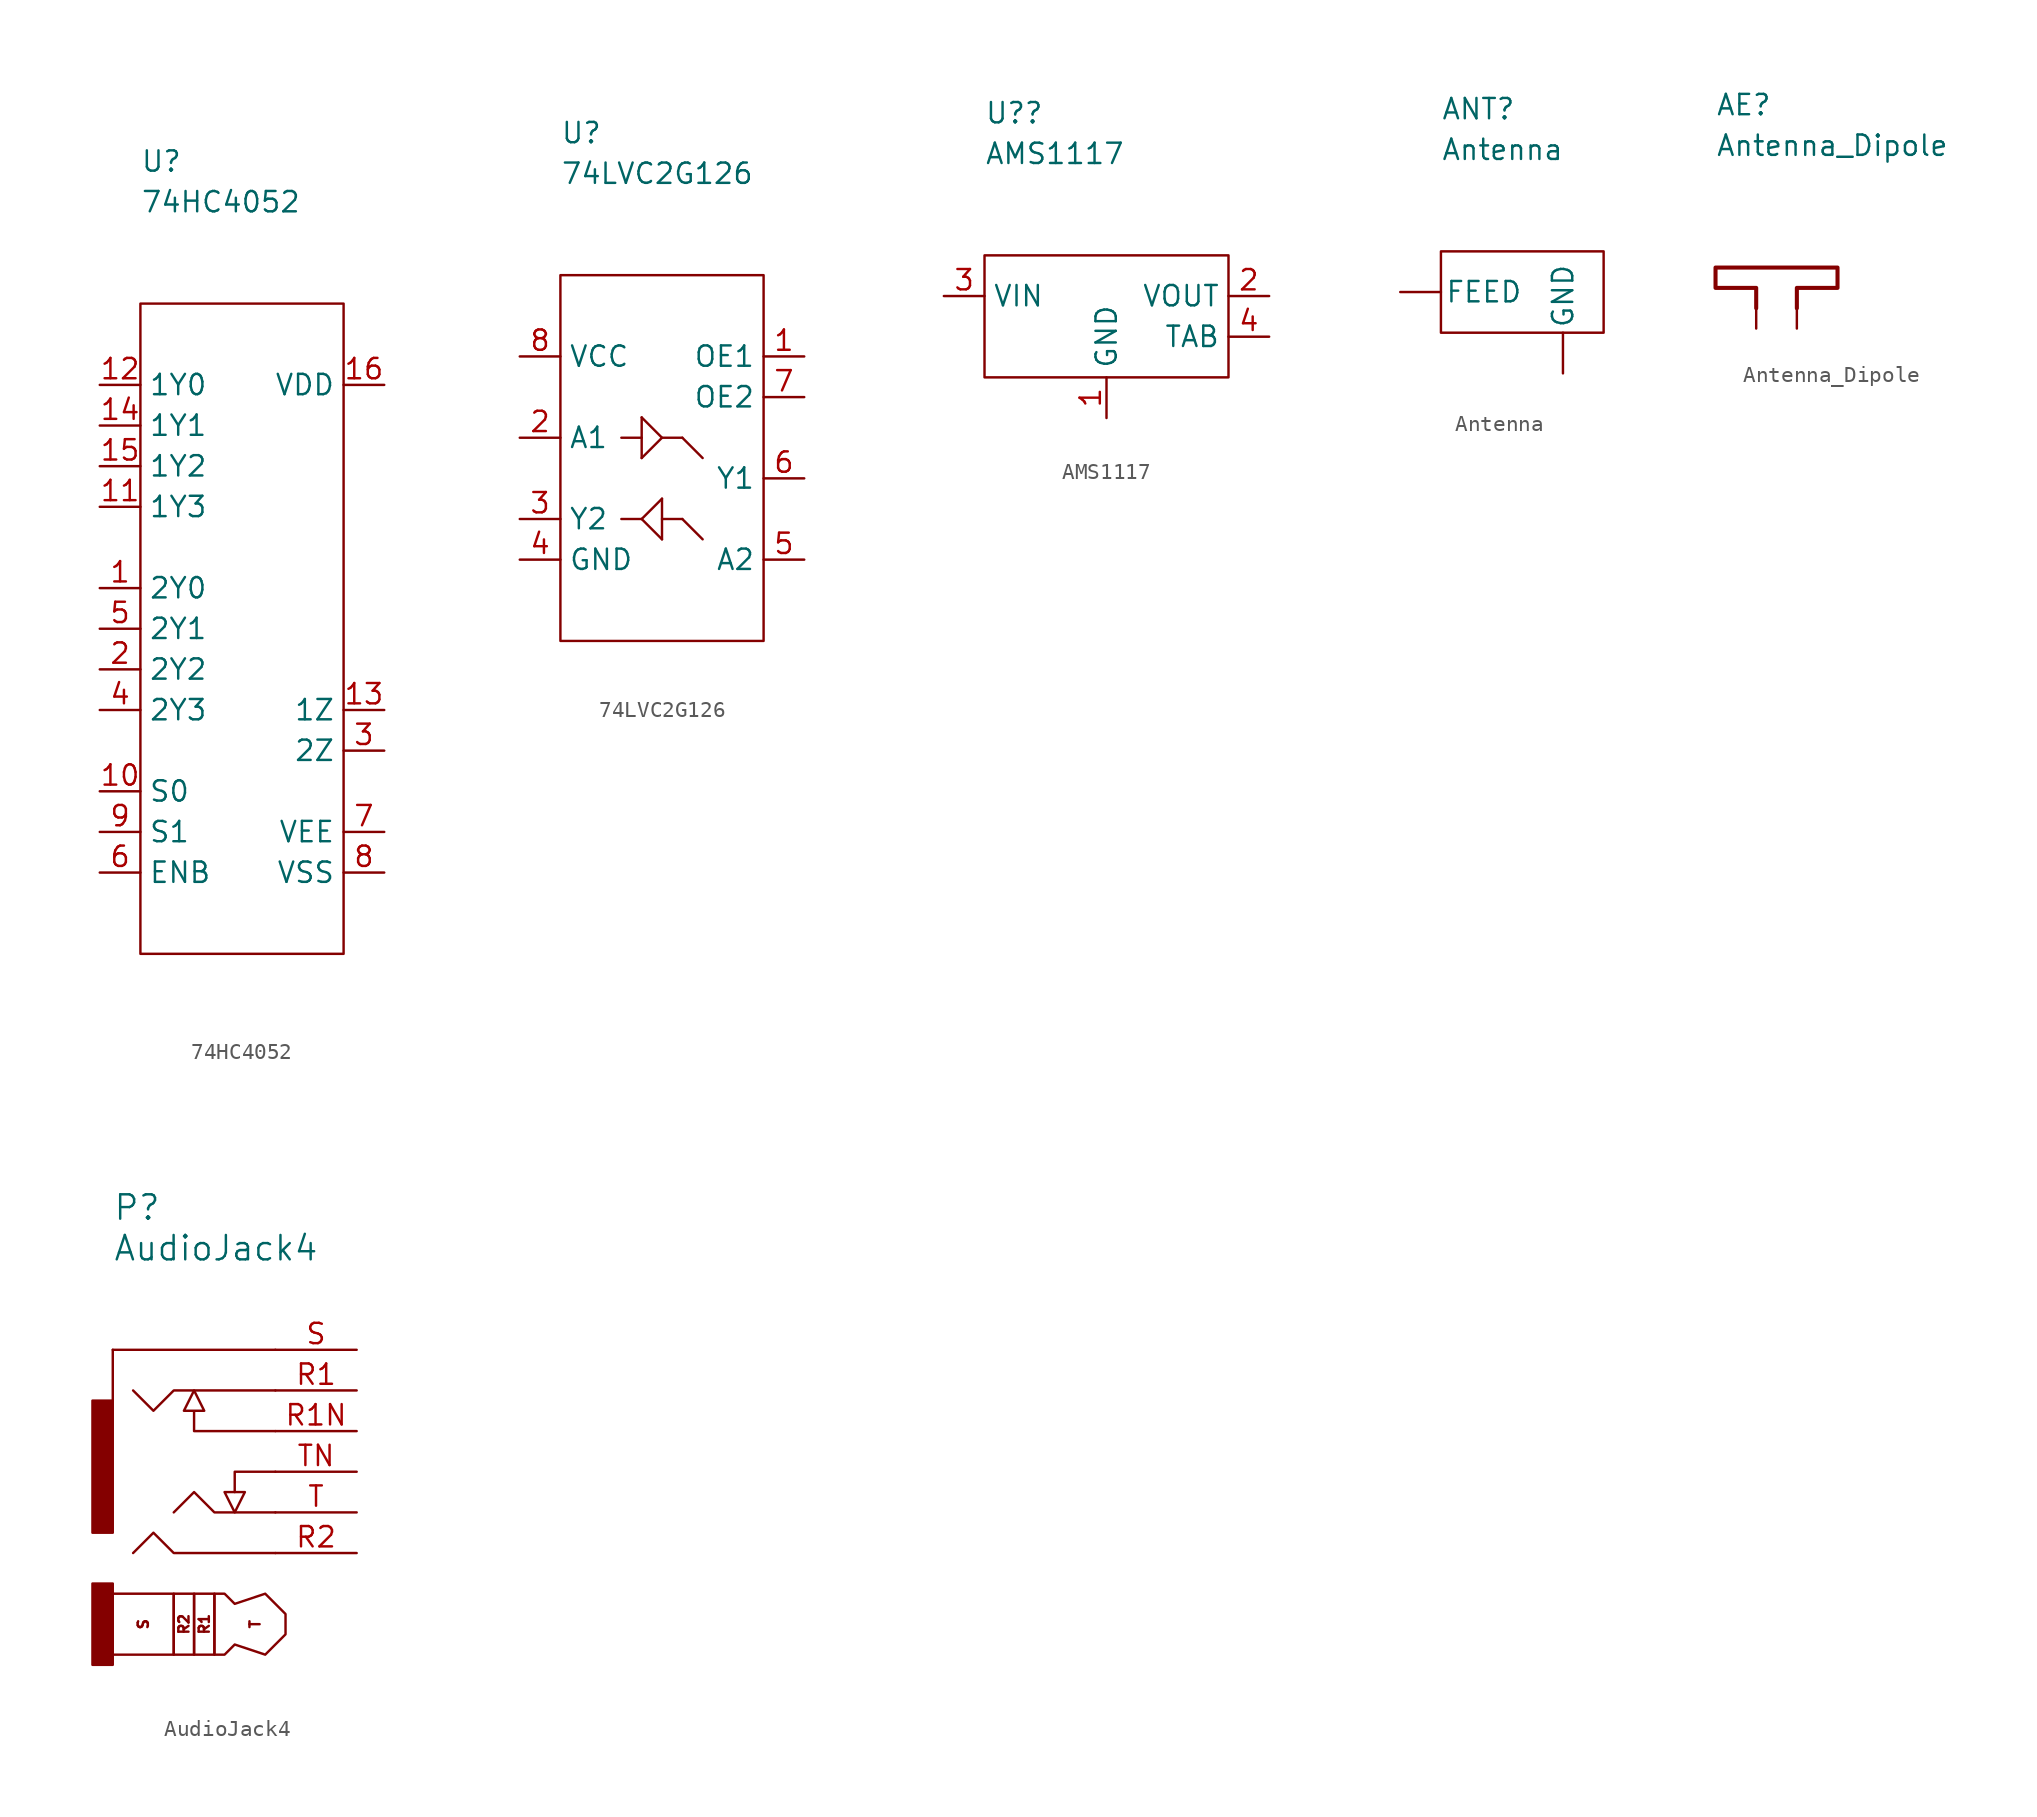
<source format=kicad_sym>
(kicad_symbol_lib
  (version 20211014)
  (generator kicad_symbol_editor)
  (symbol "74HC4052"
    (property "Reference" "U"
      (at 0 8.89 0)
      (effects (font (size 1.27 1.27)) (justify left)))
    (property "Value" "74HC4052"
      (at 0 6.35 0)
      (effects (font (size 1.27 1.27)) (justify left)))
    (symbol "74HC4052_0_1"
      (rectangle (start 0 0) (end 12.7 -40.64) (stroke (width 0.152) (type default) (color 0 0 0 0)) (fill (type none))))
    (symbol "74HC4052_1_1"
      (pin passive line (at -2.54 -17.78 0) (length 2.54) (name "2Y0" (effects (font (size 1.27 1.27)))) (number "1" (effects (font (size 1.27 1.27)))))
      (pin passive line (at -2.54 -30.48 0) (length 2.54) (name "S0" (effects (font (size 1.27 1.27)))) (number "10" (effects (font (size 1.27 1.27)))))
      (pin passive line (at -2.54 -12.7 0) (length 2.54) (name "1Y3" (effects (font (size 1.27 1.27)))) (number "11" (effects (font (size 1.27 1.27)))))
      (pin passive line (at -2.54 -5.08 0) (length 2.54) (name "1Y0" (effects (font (size 1.27 1.27)))) (number "12" (effects (font (size 1.27 1.27)))))
      (pin passive line (at 15.24 -25.4 180) (length 2.54) (name "1Z" (effects (font (size 1.27 1.27)))) (number "13" (effects (font (size 1.27 1.27)))))
      (pin passive line (at -2.54 -7.62 0) (length 2.54) (name "1Y1" (effects (font (size 1.27 1.27)))) (number "14" (effects (font (size 1.27 1.27)))))
      (pin passive line (at -2.54 -10.16 0) (length 2.54) (name "1Y2" (effects (font (size 1.27 1.27)))) (number "15" (effects (font (size 1.27 1.27)))))
      (pin passive line (at 15.24 -5.08 180) (length 2.54) (name "VDD" (effects (font (size 1.27 1.27)))) (number "16" (effects (font (size 1.27 1.27)))))
      (pin passive line (at -2.54 -22.86 0) (length 2.54) (name "2Y2" (effects (font (size 1.27 1.27)))) (number "2" (effects (font (size 1.27 1.27)))))
      (pin passive line (at 15.24 -27.94 180) (length 2.54) (name "2Z" (effects (font (size 1.27 1.27)))) (number "3" (effects (font (size 1.27 1.27)))))
      (pin passive line (at -2.54 -25.4 0) (length 2.54) (name "2Y3" (effects (font (size 1.27 1.27)))) (number "4" (effects (font (size 1.27 1.27)))))
      (pin passive line (at -2.54 -20.32 0) (length 2.54) (name "2Y1" (effects (font (size 1.27 1.27)))) (number "5" (effects (font (size 1.27 1.27)))))
      (pin passive line (at -2.54 -35.56 0) (length 2.54) (name "ENB" (effects (font (size 1.27 1.27)))) (number "6" (effects (font (size 1.27 1.27)))))
      (pin passive line (at 15.24 -33.02 180) (length 2.54) (name "VEE" (effects (font (size 1.27 1.27)))) (number "7" (effects (font (size 1.27 1.27)))))
      (pin passive line (at 15.24 -35.56 180) (length 2.54) (name "VSS" (effects (font (size 1.27 1.27)))) (number "8" (effects (font (size 1.27 1.27)))))
      (pin passive line (at -2.54 -33.02 0) (length 2.54) (name "S1" (effects (font (size 1.27 1.27)))) (number "9" (effects (font (size 1.27 1.27)))))))
  (symbol "74LVC2G126"
    (property "Reference" "U"
      (at 0 8.89 0)
      (effects (font (size 1.27 1.27)) (justify left)))
    (property "Value" "74LVC2G126"
      (at 0 6.35 0)
      (effects (font (size 1.27 1.27)) (justify left)))
    (symbol "74LVC2G126_0_1"
      (polyline (pts (xy 3.81 -15.24) (xy 5.08 -15.24)) (stroke (width 0.152) (type default) (color 0 0 0 0)) (fill (type none)))
      (polyline (pts (xy 3.81 -10.16) (xy 5.08 -10.16)) (stroke (width 0.152) (type default) (color 0 0 0 0)) (fill (type none)))
      (polyline (pts (xy 5.08 -15.24) (xy 6.35 -16.51)) (stroke (width 0.152) (type default) (color 0 0 0 0)) (fill (type none)))
      (polyline (pts (xy 5.08 -15.24) (xy 6.35 -13.97)) (stroke (width 0.152) (type default) (color 0 0 0 0)) (fill (type none)))
      (polyline (pts (xy 6.35 -13.97) (xy 6.35 -16.51)) (stroke (width 0.152) (type default) (color 0 0 0 0)) (fill (type none)))
      (polyline (pts (xy 7.62 -15.24) (xy 6.35 -15.24)) (stroke (width 0.152) (type default) (color 0 0 0 0)) (fill (type none)))
      (polyline (pts (xy 7.62 -10.16) (xy 6.35 -10.16)) (stroke (width 0.152) (type default) (color 0 0 0 0)) (fill (type none)))
      (polyline (pts (xy 8.89 -16.51) (xy 7.62 -15.24)) (stroke (width 0.152) (type default) (color 0 0 0 0)) (fill (type none)))
      (polyline (pts (xy 8.89 -11.43) (xy 7.62 -10.16)) (stroke (width 0.152) (type default) (color 0 0 0 0)) (fill (type none)))
      (polyline (pts (xy 5.08 -8.89) (xy 6.35 -10.16) (xy 5.08 -11.43)) (stroke (width 0.152) (type default) (color 0 0 0 0)) (fill (type none)))
      (rectangle (start 0 0) (end 12.7 -22.86) (stroke (width 0.152) (type default) (color 0 0 0 0)) (fill (type none)))
      (rectangle (start 5.08 -8.89) (end 5.08 -11.43) (stroke (width 0.152) (type default) (color 0 0 0 0)) (fill (type none))))
    (symbol "74LVC2G126_1_1"
      (pin passive line (at 15.24 -5.08 180) (length 2.54) (name "OE1" (effects (font (size 1.27 1.27)))) (number "1" (effects (font (size 1.27 1.27)))))
      (pin passive line (at -2.54 -10.16 0) (length 2.54) (name "A1" (effects (font (size 1.27 1.27)))) (number "2" (effects (font (size 1.27 1.27)))))
      (pin passive line (at -2.54 -15.24 0) (length 2.54) (name "Y2" (effects (font (size 1.27 1.27)))) (number "3" (effects (font (size 1.27 1.27)))))
      (pin passive line (at -2.54 -17.78 0) (length 2.54) (name "GND" (effects (font (size 1.27 1.27)))) (number "4" (effects (font (size 1.27 1.27)))))
      (pin passive line (at 15.24 -17.78 180) (length 2.54) (name "A2" (effects (font (size 1.27 1.27)))) (number "5" (effects (font (size 1.27 1.27)))))
      (pin passive line (at 15.24 -12.7 180) (length 2.54) (name "Y1" (effects (font (size 1.27 1.27)))) (number "6" (effects (font (size 1.27 1.27)))))
      (pin passive line (at 15.24 -7.62 180) (length 2.54) (name "OE2" (effects (font (size 1.27 1.27)))) (number "7" (effects (font (size 1.27 1.27)))))
      (pin passive line (at -2.54 -5.08 0) (length 2.54) (name "VCC" (effects (font (size 1.27 1.27)))) (number "8" (effects (font (size 1.27 1.27)))))))
  (symbol "AMS1117"
    (property "Reference" "U?"
      (at 0 8.89 0)
      (effects (font (size 1.27 1.27)) (justify left)))
    (property "Value" "AMS1117"
      (at 0 6.35 0)
      (effects (font (size 1.27 1.27)) (justify left)))
    (symbol "AMS1117_0_1"
      (rectangle (start 0 0) (end 15.24 -7.62) (stroke (width 0) (type default) (color 0 0 0 0)) (fill (type none))))
    (symbol "AMS1117_1_1"
      (pin passive line (at 7.62 -10.16 90) (length 2.54) (name "GND" (effects (font (size 1.27 1.27)))) (number "1" (effects (font (size 1.27 1.27)))))
      (pin passive line (at 17.78 -2.54 180) (length 2.54) (name "VOUT" (effects (font (size 1.27 1.27)))) (number "2" (effects (font (size 1.27 1.27)))))
      (pin passive line (at -2.54 -2.54 0) (length 2.54) (name "VIN" (effects (font (size 1.27 1.27)))) (number "3" (effects (font (size 1.27 1.27)))))
      (pin passive line (at 17.78 -5.08 180) (length 2.54) (name "TAB" (effects (font (size 1.27 1.27)))) (number "4" (effects (font (size 1.27 1.27)))))))
  (symbol "Antenna"
    (pin_numbers hide)
    (pin_names
      (offset 0.254))
    (property "Reference" "ANT"
      (at 0 11.43 0)
      (effects (font (size 1.27 1.27)) (justify left)))
    (property "Value" "Antenna"
      (at 0 8.89 0)
      (effects (font (size 1.27 1.27)) (justify left)))
    (symbol "Antenna_0_1"
      (rectangle (start 0 2.54) (end 10.16 -2.54) (stroke (width 0.152) (type default) (color 0 0 0 0)) (fill (type none))))
    (symbol "Antenna_1_1"
      (pin passive line (at -2.54 0 0) (length 2.54) (name "FEED" (effects (font (size 1.27 1.27)))) (number "1" (effects (font (size 1.27 1.27)))))
      (pin passive line (at 7.62 -5.08 90) (length 2.54) (name "GND" (effects (font (size 1.27 1.27)))) (number "2" (effects (font (size 1.27 1.27)))))))
  (symbol "Antenna_Dipole"
    (pin_numbers hide)
    (pin_names
      (offset 1.016) hide)
    (property "Reference" "AE"
      (at -2.54 8.89 0)
      (effects (font (size 1.27 1.27)) (justify left)))
    (property "Value" "Antenna_Dipole"
      (at -2.54 6.35 0)
      (effects (font (size 1.27 1.27)) (justify left)))
    (symbol "Antenna_Dipole_0_1"
      (polyline (pts (xy 2.54 -3.81) (xy 2.54 -2.54) (xy 5.08 -2.54) (xy 5.08 -1.27) (xy -2.54 -1.27) (xy -2.54 -2.54) (xy 0 -2.54) (xy 0 -3.81)) (stroke (width 0.254) (type default) (color 0 0 0 0)) (fill (type none))))
    (symbol "Antenna_Dipole_1_1"
      (pin input line (at 0 -5.08 90) (length 2.54) (name "~" (effects (font (size 1.27 1.27)))) (number "1" (effects (font (size 1.27 1.27)))))
      (pin input line (at 2.54 -5.08 90) (length 2.54) (name "~" (effects (font (size 1.27 1.27)))) (number "2" (effects (font (size 1.27 1.27)))))))
  (symbol "AudioJack4"
    (pin_names
      (offset 0.025))
    (property "Reference" "P"
      (at -5.08 16.51 0)
      (effects (font (size 1.524 1.524)) (justify left)))
    (property "Value" "AudioJack4"
      (at -5.08 13.97 0)
      (effects (font (size 1.524 1.524)) (justify left)))
    (symbol "AudioJack4_0_0"
      (text "R1" (at 0.635 -9.525 900) (effects (font (size 0.635 0.635))))
      (text "R2" (at -0.635 -9.525 900) (effects (font (size 0.635 0.635))))
      (text "S" (at -3.175 -9.525 900) (effects (font (size 0.635 0.635))))
      (text "T" (at 3.81 -9.525 900) (effects (font (size 0.635 0.635)))))
    (symbol "AudioJack4_0_1"
      (rectangle (start -6.35 4.445) (end -5.08 -3.81) (stroke (width 0.152) (type default) (color 0 0 0 0)) (fill (type outline)))
      (rectangle (start -5.08 -12.065) (end -6.35 -6.985) (stroke (width 0.152) (type default) (color 0 0 0 0)) (fill (type outline)))
      (rectangle (start -1.27 -11.43) (end -5.08 -7.62) (stroke (width 0.152) (type default) (color 0 0 0 0)) (fill (type none)))
      (rectangle (start 0 -11.43) (end -1.27 -7.62) (stroke (width 0.152) (type default) (color 0 0 0 0)) (fill (type none)))
      (polyline (pts (xy -5.08 7.62) (xy -5.08 4.445)) (stroke (width 0.152) (type default) (color 0 0 0 0)) (fill (type none)))
      (polyline (pts (xy -5.08 7.62) (xy 5.08 7.62)) (stroke (width 0.152) (type default) (color 0 0 0 0)) (fill (type none)))
      (polyline (pts (xy 2.54 -1.27) (xy 2.54 0) (xy 5.08 0)) (stroke (width 0.152) (type default) (color 0 0 0 0)) (fill (type none)))
      (polyline (pts (xy -1.27 -2.54) (xy 0 -1.27) (xy 1.27 -2.54) (xy 5.08 -2.54)) (stroke (width 0.152) (type default) (color 0 0 0 0)) (fill (type none)))
      (polyline (pts (xy 2.54 -2.54) (xy 3.175 -1.27) (xy 1.905 -1.27) (xy 2.54 -2.54)) (stroke (width 0.152) (type default) (color 0 0 0 0)) (fill (type none)))
      (polyline (pts (xy 5.08 -5.08) (xy -1.27 -5.08) (xy -2.54 -3.81) (xy -3.81 -5.08)) (stroke (width 0.152) (type default) (color 0 0 0 0)) (fill (type none)))
      (polyline (pts (xy 5.08 5.08) (xy -1.27 5.08) (xy -2.54 3.81) (xy -3.81 5.08)) (stroke (width 0) (type default) (color 0 0 0 0)) (fill (type none)))
      (polyline (pts (xy 5.08 2.54) (xy 0 2.54) (xy 0 3.81) (xy -0.635 3.81) (xy 0 5.08) (xy 0.635 3.81) (xy 0 3.81)) (stroke (width 0) (type default) (color 0 0 0 0)) (fill (type none)))
      (polyline (pts (xy 1.27 -11.43) (xy 1.27 -7.62) (xy 1.905 -7.62) (xy 2.54 -8.255) (xy 4.445 -7.62) (xy 5.715 -8.89) (xy 5.715 -10.16) (xy 4.445 -11.43) (xy 2.54 -10.795) (xy 1.905 -11.43) (xy 1.27 -11.43)) (stroke (width 0.152) (type default) (color 0 0 0 0)) (fill (type none)))
      (rectangle (start 1.27 -11.43) (end 0 -7.62) (stroke (width 0.152) (type default) (color 0 0 0 0)) (fill (type none))))
    (symbol "AudioJack4_1_1"
      (pin passive line (at 10.16 5.08 180) (length 5.08) (name "~" (effects (font (size 1.27 1.27)))) (number "R1" (effects (font (size 1.27 1.27)))))
      (pin passive line (at 10.16 2.54 180) (length 5.08) (name "~" (effects (font (size 1.27 1.27)))) (number "R1N" (effects (font (size 1.27 1.27)))))
      (pin passive line (at 10.16 -5.08 180) (length 5.08) (name "~" (effects (font (size 1.27 1.27)))) (number "R2" (effects (font (size 1.27 1.27)))))
      (pin passive line (at 10.16 7.62 180) (length 5.08) (name "~" (effects (font (size 1.27 1.27)))) (number "S" (effects (font (size 1.27 1.27)))))
      (pin passive line (at 10.16 -2.54 180) (length 5.08) (name "~" (effects (font (size 1.27 1.27)))) (number "T" (effects (font (size 1.27 1.27)))))
      (pin passive line (at 10.16 0 180) (length 5.08) (name "~" (effects (font (size 1.27 1.27)))) (number "TN" (effects (font (size 1.27 1.27))))))))
</source>
